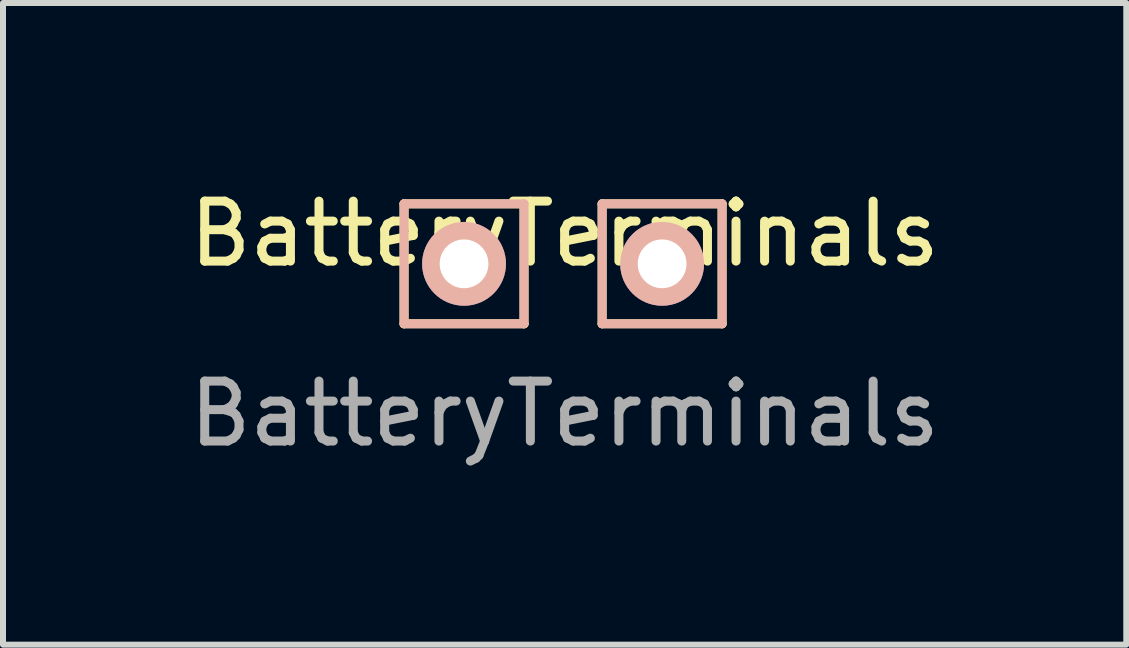
<source format=kicad_pcb>
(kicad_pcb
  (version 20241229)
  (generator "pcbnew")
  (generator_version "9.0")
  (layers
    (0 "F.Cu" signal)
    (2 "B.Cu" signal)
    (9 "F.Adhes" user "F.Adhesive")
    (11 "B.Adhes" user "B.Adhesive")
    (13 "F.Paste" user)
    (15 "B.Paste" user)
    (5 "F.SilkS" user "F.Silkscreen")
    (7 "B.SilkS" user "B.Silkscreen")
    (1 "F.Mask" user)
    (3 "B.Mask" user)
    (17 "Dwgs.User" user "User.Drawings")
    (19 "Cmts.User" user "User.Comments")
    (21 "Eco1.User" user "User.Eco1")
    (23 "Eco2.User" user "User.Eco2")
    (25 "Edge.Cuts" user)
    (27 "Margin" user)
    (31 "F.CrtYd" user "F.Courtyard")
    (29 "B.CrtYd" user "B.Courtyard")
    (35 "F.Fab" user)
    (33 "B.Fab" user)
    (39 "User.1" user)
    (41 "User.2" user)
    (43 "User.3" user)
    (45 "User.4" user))
  (footprint "BatteryTerminals"
    (layer "F.Cu")
    (at 6.363 1.348)
    (property "Reference" "BatteryTerminals" (at 0 -0.5 0) (unlocked yes) (layer "F.SilkS") (effects (font (size 1 1) (thickness 0.15))))
    (attr through_hole)
    (fp_line (start -2.677 -1) (end -2.677 1) (stroke (width 0.15) (type solid)) (layer "F.SilkS"))
    (fp_line (start -2.677 1) (end -0.677 1) (stroke (width 0.15) (type solid)) (layer "F.SilkS"))
    (fp_line (start -0.677 -1) (end -2.677 -1) (stroke (width 0.15) (type solid)) (layer "F.SilkS"))
    (fp_line (start -0.677 1) (end -0.677 -1) (stroke (width 0.15) (type solid)) (layer "F.SilkS"))
    (fp_line (start 0.625 -1) (end 0.625 1) (stroke (width 0.15) (type solid)) (layer "F.SilkS"))
    (fp_line (start 0.625 1) (end 2.625 1) (stroke (width 0.15) (type solid)) (layer "F.SilkS"))
    (fp_line (start 2.625 -1) (end 0.625 -1) (stroke (width 0.15) (type solid)) (layer "F.SilkS"))
    (fp_line (start 2.625 1) (end 2.625 -1) (stroke (width 0.15) (type solid)) (layer "F.SilkS"))
    (fp_line (start -2.677 -1) (end -0.677 -1) (stroke (width 0.15) (type solid)) (layer "B.SilkS"))
    (fp_line (start -2.677 1) (end -2.677 -1) (stroke (width 0.15) (type solid)) (layer "B.SilkS"))
    (fp_line (start -0.677 -1) (end -0.677 1) (stroke (width 0.15) (type solid)) (layer "B.SilkS"))
    (fp_line (start -0.677 1) (end -2.677 1) (stroke (width 0.15) (type solid)) (layer "B.SilkS"))
    (fp_line (start 0.625 -1) (end 2.625 -1) (stroke (width 0.15) (type solid)) (layer "B.SilkS"))
    (fp_line (start 0.625 1) (end 0.625 -1) (stroke (width 0.15) (type solid)) (layer "B.SilkS"))
    (fp_line (start 2.625 -1) (end 2.625 1) (stroke (width 0.15) (type solid)) (layer "B.SilkS"))
    (fp_line (start 2.625 1) (end 0.625 1) (stroke (width 0.15) (type solid)) (layer "B.SilkS"))
    (fp_text user "${REFERENCE}" (at 0 2.5 0) (unlocked yes) (layer "F.Fab") (effects (font (size 1 1) (thickness 0.15))))
    (pad "1" thru_hole circle (at -1.677 0 180) (size 1.397 1.397) (drill 0.813) (layers "*.Cu" "*.Mask" "B.SilkS"))
    (pad "2" thru_hole circle (at 1.625 0 180) (size 1.397 1.397) (drill 0.813) (layers "*.Cu" "*.Mask" "B.SilkS")))
  (gr_rect
    (start -3 -3)
    (end 15.726 7.697)
    (stroke (width 0.1) (type default))
    (fill no)
    (layer "Edge.Cuts")))
</source>
